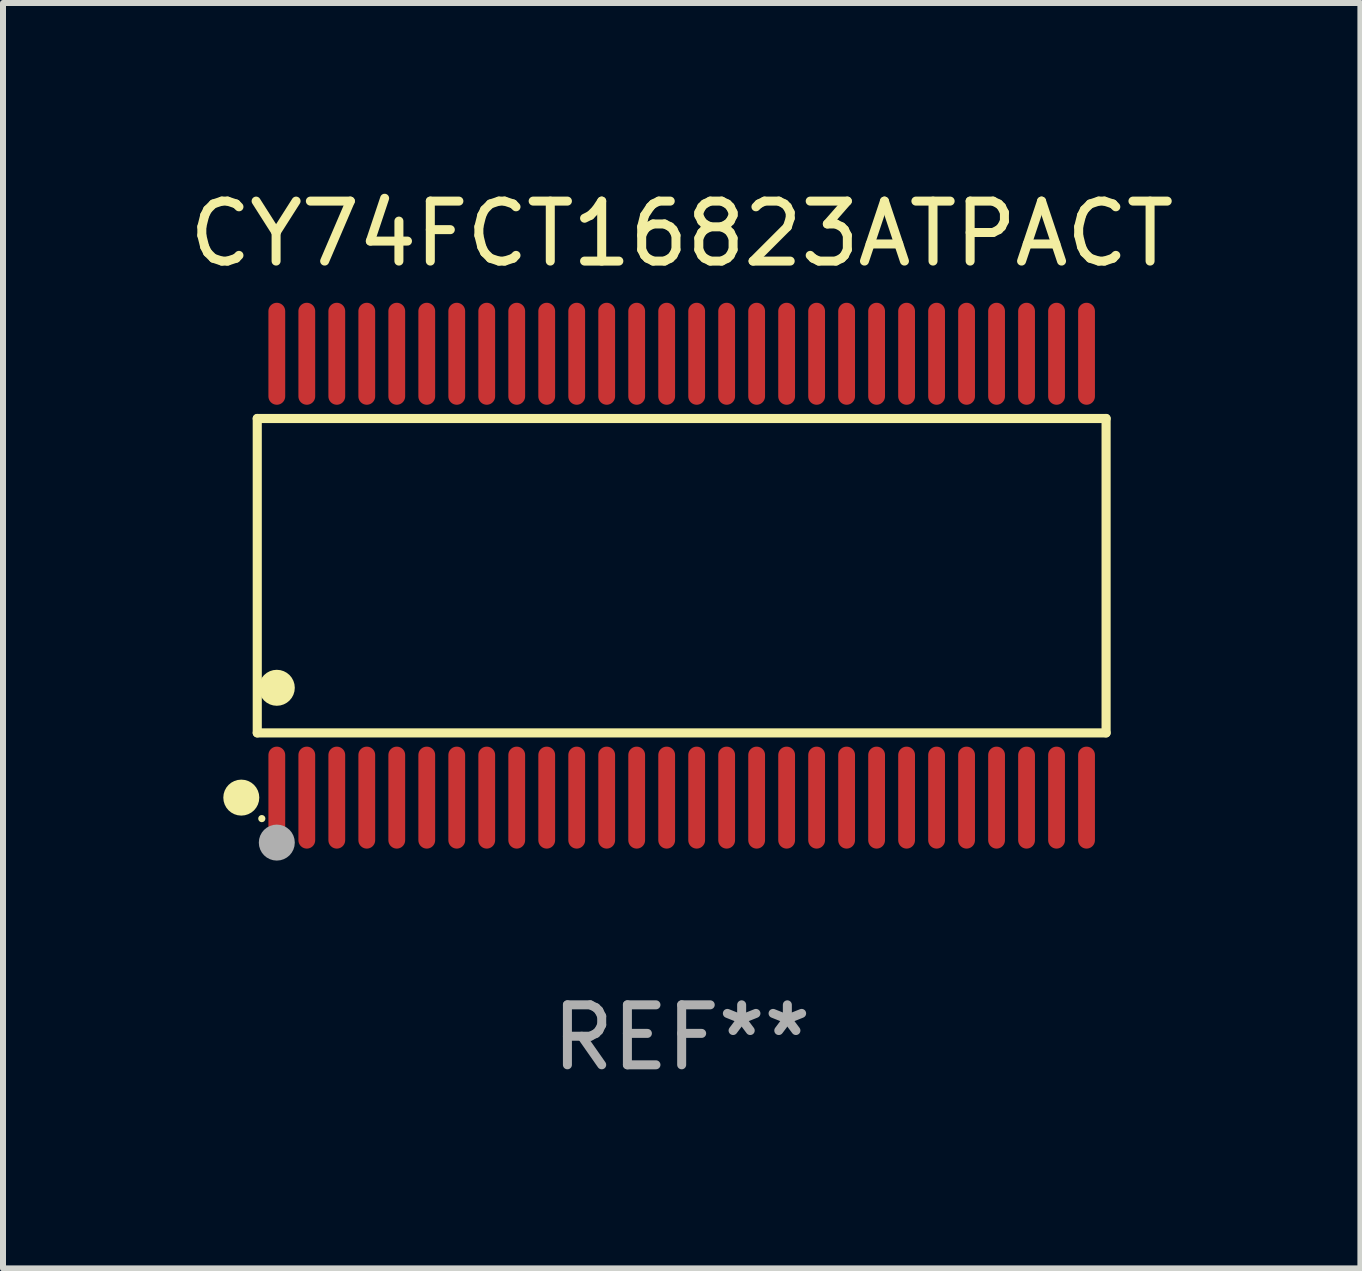
<source format=kicad_pcb>
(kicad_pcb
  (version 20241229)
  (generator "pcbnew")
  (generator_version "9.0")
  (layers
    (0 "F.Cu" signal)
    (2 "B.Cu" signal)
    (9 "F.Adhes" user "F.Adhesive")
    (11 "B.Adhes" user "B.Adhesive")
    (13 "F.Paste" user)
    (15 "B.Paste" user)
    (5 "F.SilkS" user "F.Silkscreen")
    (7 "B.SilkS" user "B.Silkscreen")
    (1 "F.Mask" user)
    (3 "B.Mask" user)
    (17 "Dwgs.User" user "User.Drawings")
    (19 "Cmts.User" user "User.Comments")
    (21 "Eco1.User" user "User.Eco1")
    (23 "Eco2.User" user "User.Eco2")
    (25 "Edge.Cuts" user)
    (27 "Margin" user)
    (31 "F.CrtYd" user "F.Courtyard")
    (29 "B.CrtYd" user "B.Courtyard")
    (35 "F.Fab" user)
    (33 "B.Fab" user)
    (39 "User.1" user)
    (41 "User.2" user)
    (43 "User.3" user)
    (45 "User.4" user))
  (footprint "CY74FCT16823ATPACT"
    (layer "F.Cu")
    (at 8.315 6.548)
    (property "Reference" "CY74FCT16823ATPACT" (at 0 -5.7 0) (layer "F.SilkS") (effects (font (size 1 1) (thickness 0.15))))
    (attr through_hole)
    (fp_line (start -7.076 -2.621) (end 7.076 -2.621) (stroke (width 0.152) (type solid)) (layer "F.SilkS"))
    (fp_line (start -7.076 2.621) (end -7.076 -2.621) (stroke (width 0.152) (type solid)) (layer "F.SilkS"))
    (fp_line (start 7.076 -2.621) (end 7.076 2.621) (stroke (width 0.152) (type solid)) (layer "F.SilkS"))
    (fp_line (start 7.076 2.621) (end -7.076 2.621) (stroke (width 0.152) (type solid)) (layer "F.SilkS"))
    (fp_circle (center -7.342 3.7) (end -7.192 3.7) (stroke (width 0.3) (type solid)) (fill no) (layer "F.SilkS"))
    (fp_circle (center -7 4.05) (end -6.97 4.05) (stroke (width 0.06) (type solid)) (fill no) (layer "F.SilkS"))
    (fp_circle (center -6.75 1.869) (end -6.6 1.869) (stroke (width 0.3) (type solid)) (fill no) (layer "F.SilkS"))
    (fp_circle (center -6.75 4.45) (end -6.6 4.45) (stroke (width 0.3) (type solid)) (fill no) (layer "F.Fab"))
    (fp_text user "REF**" (at 0 7.7 0) (layer "F.Fab") (effects (font (size 1 1) (thickness 0.15))))
    (pad "1" smd oval (at -6.75 3.7) (size 0.28 1.7) (layers "F.Cu" "F.Mask" "F.Paste"))
    (pad "2" smd oval (at -6.25 3.7) (size 0.28 1.7) (layers "F.Cu" "F.Mask" "F.Paste"))
    (pad "3" smd oval (at -5.75 3.7) (size 0.28 1.7) (layers "F.Cu" "F.Mask" "F.Paste"))
    (pad "4" smd oval (at -5.25 3.7) (size 0.28 1.7) (layers "F.Cu" "F.Mask" "F.Paste"))
    (pad "5" smd oval (at -4.75 3.7) (size 0.28 1.7) (layers "F.Cu" "F.Mask" "F.Paste"))
    (pad "6" smd oval (at -4.25 3.7) (size 0.28 1.7) (layers "F.Cu" "F.Mask" "F.Paste"))
    (pad "7" smd oval (at -3.75 3.7) (size 0.28 1.7) (layers "F.Cu" "F.Mask" "F.Paste"))
    (pad "8" smd oval (at -3.25 3.7) (size 0.28 1.7) (layers "F.Cu" "F.Mask" "F.Paste"))
    (pad "9" smd oval (at -2.75 3.7) (size 0.28 1.7) (layers "F.Cu" "F.Mask" "F.Paste"))
    (pad "10" smd oval (at -2.25 3.7) (size 0.28 1.7) (layers "F.Cu" "F.Mask" "F.Paste"))
    (pad "11" smd oval (at -1.75 3.7) (size 0.28 1.7) (layers "F.Cu" "F.Mask" "F.Paste"))
    (pad "12" smd oval (at -1.25 3.7) (size 0.28 1.7) (layers "F.Cu" "F.Mask" "F.Paste"))
    (pad "13" smd oval (at -0.75 3.7) (size 0.28 1.7) (layers "F.Cu" "F.Mask" "F.Paste"))
    (pad "14" smd oval (at -0.25 3.7) (size 0.28 1.7) (layers "F.Cu" "F.Mask" "F.Paste"))
    (pad "15" smd oval (at 0.25 3.7) (size 0.28 1.7) (layers "F.Cu" "F.Mask" "F.Paste"))
    (pad "16" smd oval (at 0.75 3.7) (size 0.28 1.7) (layers "F.Cu" "F.Mask" "F.Paste"))
    (pad "17" smd oval (at 1.25 3.7) (size 0.28 1.7) (layers "F.Cu" "F.Mask" "F.Paste"))
    (pad "18" smd oval (at 1.75 3.7) (size 0.28 1.7) (layers "F.Cu" "F.Mask" "F.Paste"))
    (pad "19" smd oval (at 2.25 3.7) (size 0.28 1.7) (layers "F.Cu" "F.Mask" "F.Paste"))
    (pad "20" smd oval (at 2.75 3.7) (size 0.28 1.7) (layers "F.Cu" "F.Mask" "F.Paste"))
    (pad "21" smd oval (at 3.25 3.7) (size 0.28 1.7) (layers "F.Cu" "F.Mask" "F.Paste"))
    (pad "22" smd oval (at 3.75 3.7) (size 0.28 1.7) (layers "F.Cu" "F.Mask" "F.Paste"))
    (pad "23" smd oval (at 4.25 3.7) (size 0.28 1.7) (layers "F.Cu" "F.Mask" "F.Paste"))
    (pad "24" smd oval (at 4.75 3.7) (size 0.28 1.7) (layers "F.Cu" "F.Mask" "F.Paste"))
    (pad "25" smd oval (at 5.25 3.7) (size 0.28 1.7) (layers "F.Cu" "F.Mask" "F.Paste"))
    (pad "26" smd oval (at 5.75 3.7) (size 0.28 1.7) (layers "F.Cu" "F.Mask" "F.Paste"))
    (pad "27" smd oval (at 6.25 3.7) (size 0.28 1.7) (layers "F.Cu" "F.Mask" "F.Paste"))
    (pad "28" smd oval (at 6.75 3.7) (size 0.28 1.7) (layers "F.Cu" "F.Mask" "F.Paste"))
    (pad "29" smd oval (at 6.75 -3.7) (size 0.28 1.7) (layers "F.Cu" "F.Mask" "F.Paste"))
    (pad "30" smd oval (at 6.25 -3.7) (size 0.28 1.7) (layers "F.Cu" "F.Mask" "F.Paste"))
    (pad "31" smd oval (at 5.75 -3.7) (size 0.28 1.7) (layers "F.Cu" "F.Mask" "F.Paste"))
    (pad "32" smd oval (at 5.25 -3.7) (size 0.28 1.7) (layers "F.Cu" "F.Mask" "F.Paste"))
    (pad "33" smd oval (at 4.75 -3.7) (size 0.28 1.7) (layers "F.Cu" "F.Mask" "F.Paste"))
    (pad "34" smd oval (at 4.25 -3.7) (size 0.28 1.7) (layers "F.Cu" "F.Mask" "F.Paste"))
    (pad "35" smd oval (at 3.75 -3.7) (size 0.28 1.7) (layers "F.Cu" "F.Mask" "F.Paste"))
    (pad "36" smd oval (at 3.25 -3.7) (size 0.28 1.7) (layers "F.Cu" "F.Mask" "F.Paste"))
    (pad "37" smd oval (at 2.75 -3.7) (size 0.28 1.7) (layers "F.Cu" "F.Mask" "F.Paste"))
    (pad "38" smd oval (at 2.25 -3.7) (size 0.28 1.7) (layers "F.Cu" "F.Mask" "F.Paste"))
    (pad "39" smd oval (at 1.75 -3.7) (size 0.28 1.7) (layers "F.Cu" "F.Mask" "F.Paste"))
    (pad "40" smd oval (at 1.25 -3.7) (size 0.28 1.7) (layers "F.Cu" "F.Mask" "F.Paste"))
    (pad "41" smd oval (at 0.75 -3.7) (size 0.28 1.7) (layers "F.Cu" "F.Mask" "F.Paste"))
    (pad "42" smd oval (at 0.25 -3.7) (size 0.28 1.7) (layers "F.Cu" "F.Mask" "F.Paste"))
    (pad "43" smd oval (at -0.25 -3.7) (size 0.28 1.7) (layers "F.Cu" "F.Mask" "F.Paste"))
    (pad "44" smd oval (at -0.75 -3.7) (size 0.28 1.7) (layers "F.Cu" "F.Mask" "F.Paste"))
    (pad "45" smd oval (at -1.25 -3.7) (size 0.28 1.7) (layers "F.Cu" "F.Mask" "F.Paste"))
    (pad "46" smd oval (at -1.75 -3.7) (size 0.28 1.7) (layers "F.Cu" "F.Mask" "F.Paste"))
    (pad "47" smd oval (at -2.25 -3.7) (size 0.28 1.7) (layers "F.Cu" "F.Mask" "F.Paste"))
    (pad "48" smd oval (at -2.75 -3.7) (size 0.28 1.7) (layers "F.Cu" "F.Mask" "F.Paste"))
    (pad "49" smd oval (at -3.25 -3.7) (size 0.28 1.7) (layers "F.Cu" "F.Mask" "F.Paste"))
    (pad "50" smd oval (at -3.75 -3.7) (size 0.28 1.7) (layers "F.Cu" "F.Mask" "F.Paste"))
    (pad "51" smd oval (at -4.25 -3.7) (size 0.28 1.7) (layers "F.Cu" "F.Mask" "F.Paste"))
    (pad "52" smd oval (at -4.75 -3.7) (size 0.28 1.7) (layers "F.Cu" "F.Mask" "F.Paste"))
    (pad "53" smd oval (at -5.25 -3.7) (size 0.28 1.7) (layers "F.Cu" "F.Mask" "F.Paste"))
    (pad "54" smd oval (at -5.75 -3.7) (size 0.28 1.7) (layers "F.Cu" "F.Mask" "F.Paste"))
    (pad "55" smd oval (at -6.25 -3.7) (size 0.28 1.7) (layers "F.Cu" "F.Mask" "F.Paste"))
    (pad "56" smd oval (at -6.75 -3.7) (size 0.28 1.7) (layers "F.Cu" "F.Mask" "F.Paste")))
  (gr_rect
    (start -3 -3)
    (end 19.631 18.097)
    (stroke (width 0.1) (type default))
    (fill no)
    (layer "Edge.Cuts")))
</source>
